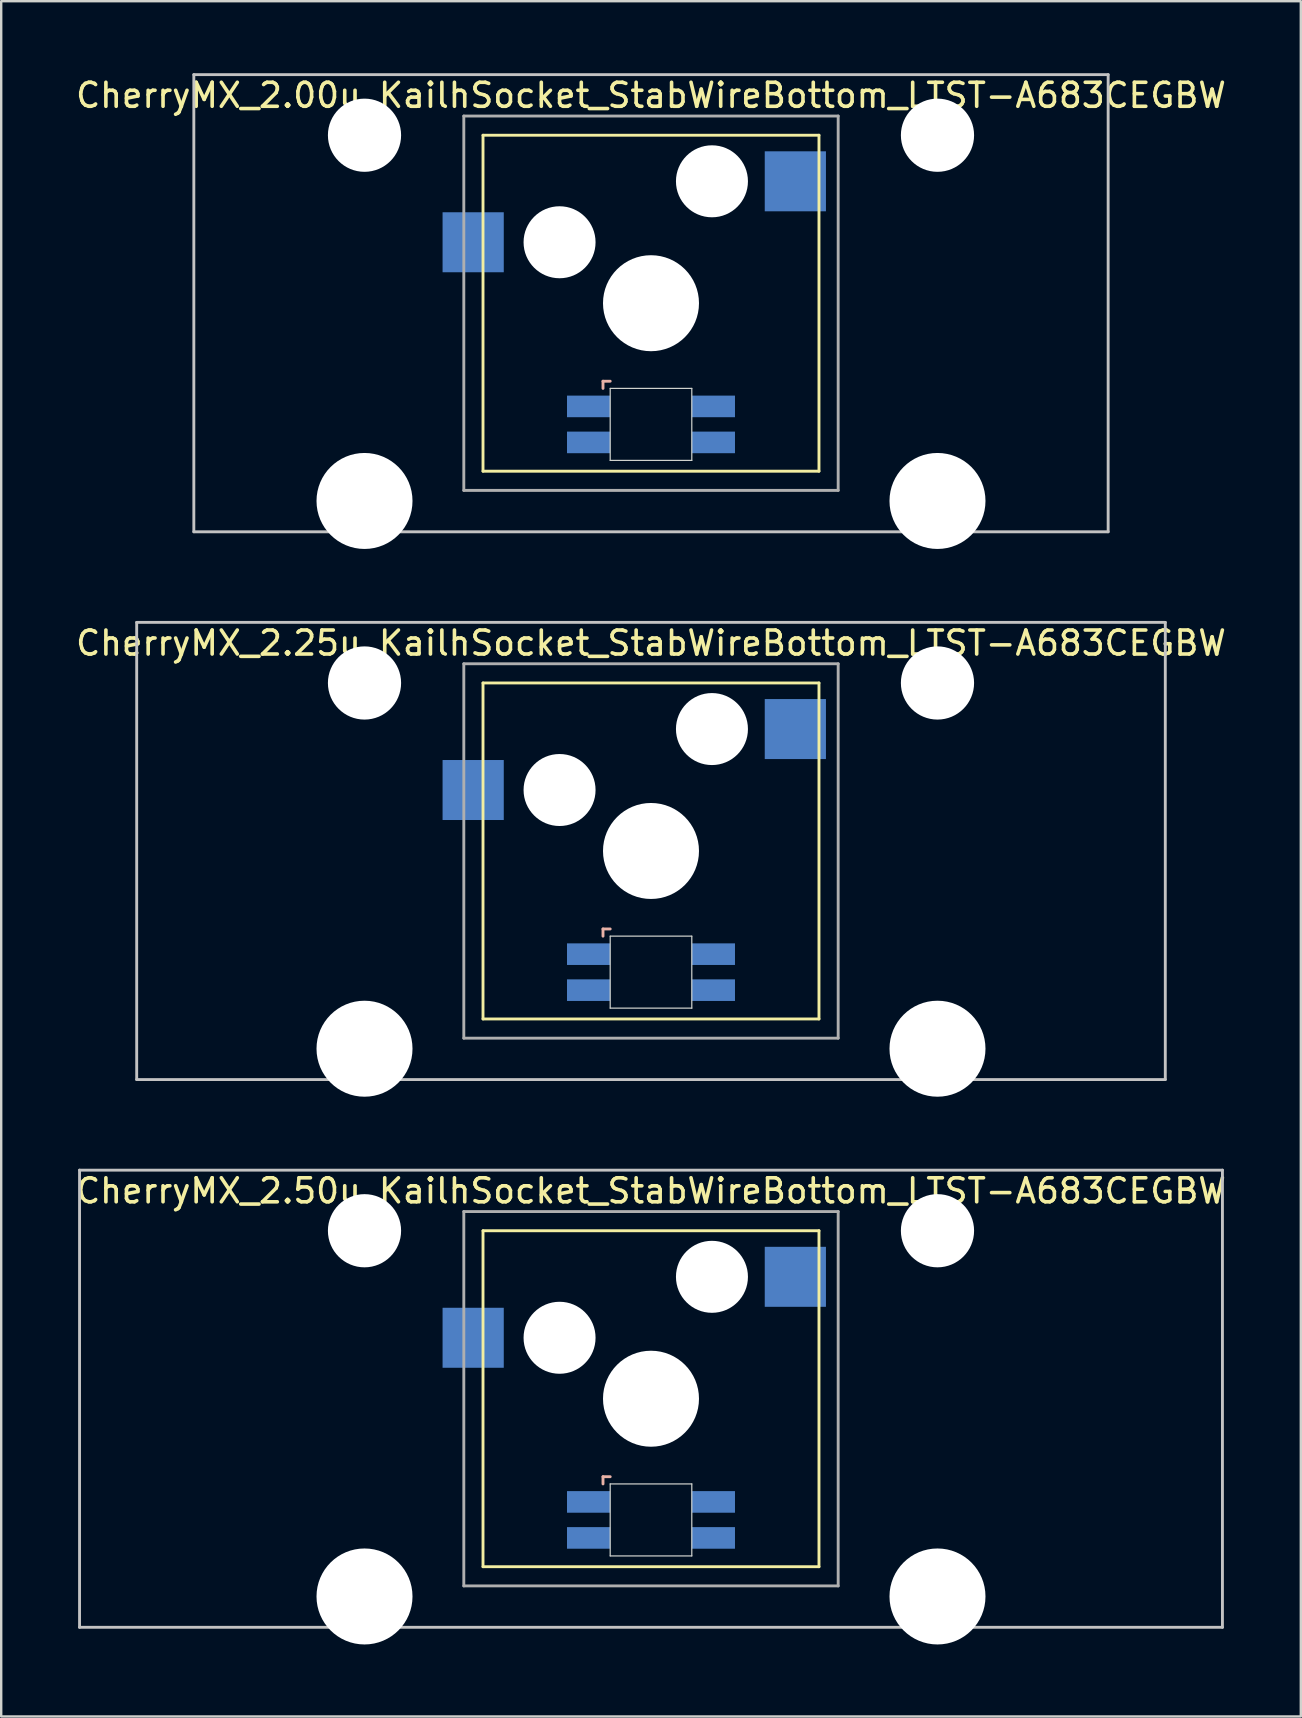
<source format=kicad_pcb>
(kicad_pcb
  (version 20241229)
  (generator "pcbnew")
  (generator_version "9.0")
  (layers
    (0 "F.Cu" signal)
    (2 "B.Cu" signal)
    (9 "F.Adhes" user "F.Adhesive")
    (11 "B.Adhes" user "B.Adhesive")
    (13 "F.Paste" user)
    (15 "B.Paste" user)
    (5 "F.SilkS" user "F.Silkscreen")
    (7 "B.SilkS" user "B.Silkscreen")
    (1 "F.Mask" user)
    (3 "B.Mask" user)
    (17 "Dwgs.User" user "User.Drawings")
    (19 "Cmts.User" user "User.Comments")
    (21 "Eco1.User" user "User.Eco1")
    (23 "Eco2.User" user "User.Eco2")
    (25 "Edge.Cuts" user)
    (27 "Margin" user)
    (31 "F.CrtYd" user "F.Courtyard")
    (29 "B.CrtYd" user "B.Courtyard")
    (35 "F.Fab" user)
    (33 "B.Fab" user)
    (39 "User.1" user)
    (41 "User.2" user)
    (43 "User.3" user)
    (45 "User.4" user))
  (footprint "CherryMX_2.50u_KailhSocket_StabWireBottom_LTST-A683CEGBW"
    (layer "F.Cu")
    (at 24.077 55.235)
    (property "Reference" "CherryMX_2.50u_KailhSocket_StabWireBottom_LTST-A683CEGBW" (at 0 -8.662 0) (layer "F.SilkS") (effects (font (size 1 1) (thickness 0.15))))
    (attr through_hole)
    (fp_line (start -7 -7) (end -7 7) (stroke (width 0.12) (type solid)) (layer "F.SilkS"))
    (fp_line (start -7 -7) (end 7 -7) (stroke (width 0.12) (type solid)) (layer "F.SilkS"))
    (fp_line (start 7 -7) (end 7 7) (stroke (width 0.12) (type solid)) (layer "F.SilkS"))
    (fp_line (start 7 7) (end -7 7) (stroke (width 0.12) (type solid)) (layer "F.SilkS"))
    (fp_line (start -2 3.25) (end -2 3.55) (stroke (width 0.12) (type solid)) (layer "B.SilkS"))
    (fp_line (start -1.7 3.25) (end -2 3.25) (stroke (width 0.12) (type solid)) (layer "B.SilkS"))
    (fp_line (start -23.812 -9.525) (end 23.812 -9.525) (stroke (width 0.12) (type solid)) (layer "Dwgs.User"))
    (fp_line (start -23.812 9.525) (end -23.812 -9.525) (stroke (width 0.12) (type solid)) (layer "Dwgs.User"))
    (fp_line (start 23.812 -9.525) (end 23.812 9.525) (stroke (width 0.12) (type solid)) (layer "Dwgs.User"))
    (fp_line (start 23.812 9.525) (end -23.812 9.525) (stroke (width 0.12) (type solid)) (layer "Dwgs.User"))
    (fp_line (start -1.7 3.55) (end 1.7 3.55) (stroke (width 0.05) (type solid)) (layer "Edge.Cuts"))
    (fp_line (start -1.7 6.55) (end -1.7 3.55) (stroke (width 0.05) (type solid)) (layer "Edge.Cuts"))
    (fp_line (start 1.7 3.55) (end 1.7 6.55) (stroke (width 0.05) (type solid)) (layer "Edge.Cuts"))
    (fp_line (start 1.7 6.55) (end -1.7 6.55) (stroke (width 0.05) (type solid)) (layer "Edge.Cuts"))
    (fp_line (start -7.8 -7.8) (end -7.8 7.8) (stroke (width 0.12) (type solid)) (layer "F.Fab"))
    (fp_line (start -7.8 -7.8) (end 7.8 -7.8) (stroke (width 0.12) (type solid)) (layer "F.Fab"))
    (fp_line (start -7.8 7.8) (end 7.8 7.8) (stroke (width 0.12) (type solid)) (layer "F.Fab"))
    (fp_line (start 7.8 -7.8) (end 7.8 7.8) (stroke (width 0.12) (type solid)) (layer "F.Fab"))
    (pad "" np_thru_hole circle (at -11.938 -7) (size 3.05 3.05) (drill 3.05) (layers "*.Cu" "*.Mask"))
    (pad "" np_thru_hole circle (at -11.938 8.24) (size 4 4) (drill 4) (layers "*.Cu" "*.Mask"))
    (pad "" np_thru_hole circle (at -3.81 -2.54) (size 3 3) (drill 3) (layers "*.Cu" "*.Mask"))
    (pad "" np_thru_hole circle (at 0 0) (size 4 4) (drill 4) (layers "*.Cu" "*.Mask"))
    (pad "" np_thru_hole circle (at 2.54 -5.08) (size 3 3) (drill 3) (layers "*.Cu" "*.Mask"))
    (pad "" np_thru_hole circle (at 11.938 -7) (size 3.05 3.05) (drill 3.05) (layers "*.Cu" "*.Mask"))
    (pad "" np_thru_hole circle (at 11.938 8.24) (size 4 4) (drill 4) (layers "*.Cu" "*.Mask"))
    (pad "1" smd rect (at -7.41 -2.54) (size 2.55 2.5) (layers "B.Cu" "B.Mask" "B.Paste"))
    (pad "2" smd rect (at 6.015 -5.08) (size 2.55 2.5) (layers "B.Cu" "B.Mask" "B.Paste"))
    (pad "3" smd rect (at -2.6 4.3) (size 1.8 0.9) (layers "B.Cu" "B.Mask" "B.Paste"))
    (pad "4" smd rect (at -2.6 5.8) (size 1.8 0.9) (layers "B.Cu" "B.Mask" "B.Paste"))
    (pad "5" smd rect (at 2.6 4.3) (size 1.8 0.9) (layers "B.Cu" "B.Mask" "B.Paste"))
    (pad "6" smd rect (at 2.6 5.8) (size 1.8 0.9) (layers "B.Cu" "B.Mask" "B.Paste")))
  (footprint "CherryMX_2.00u_KailhSocket_StabWireBottom_LTST-A683CEGBW"
    (layer "F.Cu")
    (at 24.077 9.585)
    (property "Reference" "CherryMX_2.00u_KailhSocket_StabWireBottom_LTST-A683CEGBW" (at 0 -8.662 0) (layer "F.SilkS") (effects (font (size 1 1) (thickness 0.15))))
    (attr through_hole)
    (fp_line (start -7 -7) (end -7 7) (stroke (width 0.12) (type solid)) (layer "F.SilkS"))
    (fp_line (start -7 -7) (end 7 -7) (stroke (width 0.12) (type solid)) (layer "F.SilkS"))
    (fp_line (start 7 -7) (end 7 7) (stroke (width 0.12) (type solid)) (layer "F.SilkS"))
    (fp_line (start 7 7) (end -7 7) (stroke (width 0.12) (type solid)) (layer "F.SilkS"))
    (fp_line (start -2 3.25) (end -2 3.55) (stroke (width 0.12) (type solid)) (layer "B.SilkS"))
    (fp_line (start -1.7 3.25) (end -2 3.25) (stroke (width 0.12) (type solid)) (layer "B.SilkS"))
    (fp_line (start -19.05 -9.525) (end 19.05 -9.525) (stroke (width 0.12) (type solid)) (layer "Dwgs.User"))
    (fp_line (start -19.05 9.525) (end -19.05 -9.525) (stroke (width 0.12) (type solid)) (layer "Dwgs.User"))
    (fp_line (start 19.05 -9.525) (end 19.05 9.525) (stroke (width 0.12) (type solid)) (layer "Dwgs.User"))
    (fp_line (start 19.05 9.525) (end -19.05 9.525) (stroke (width 0.12) (type solid)) (layer "Dwgs.User"))
    (fp_line (start -1.7 3.55) (end 1.7 3.55) (stroke (width 0.05) (type solid)) (layer "Edge.Cuts"))
    (fp_line (start -1.7 6.55) (end -1.7 3.55) (stroke (width 0.05) (type solid)) (layer "Edge.Cuts"))
    (fp_line (start 1.7 3.55) (end 1.7 6.55) (stroke (width 0.05) (type solid)) (layer "Edge.Cuts"))
    (fp_line (start 1.7 6.55) (end -1.7 6.55) (stroke (width 0.05) (type solid)) (layer "Edge.Cuts"))
    (fp_line (start -7.8 -7.8) (end -7.8 7.8) (stroke (width 0.12) (type solid)) (layer "F.Fab"))
    (fp_line (start -7.8 -7.8) (end 7.8 -7.8) (stroke (width 0.12) (type solid)) (layer "F.Fab"))
    (fp_line (start -7.8 7.8) (end 7.8 7.8) (stroke (width 0.12) (type solid)) (layer "F.Fab"))
    (fp_line (start 7.8 -7.8) (end 7.8 7.8) (stroke (width 0.12) (type solid)) (layer "F.Fab"))
    (pad "" np_thru_hole circle (at -11.938 -7) (size 3.05 3.05) (drill 3.05) (layers "*.Cu" "*.Mask"))
    (pad "" np_thru_hole circle (at -11.938 8.24) (size 4 4) (drill 4) (layers "*.Cu" "*.Mask"))
    (pad "" np_thru_hole circle (at -3.81 -2.54) (size 3 3) (drill 3) (layers "*.Cu" "*.Mask"))
    (pad "" np_thru_hole circle (at 0 0) (size 4 4) (drill 4) (layers "*.Cu" "*.Mask"))
    (pad "" np_thru_hole circle (at 2.54 -5.08) (size 3 3) (drill 3) (layers "*.Cu" "*.Mask"))
    (pad "" np_thru_hole circle (at 11.938 -7) (size 3.05 3.05) (drill 3.05) (layers "*.Cu" "*.Mask"))
    (pad "" np_thru_hole circle (at 11.938 8.24) (size 4 4) (drill 4) (layers "*.Cu" "*.Mask"))
    (pad "1" smd rect (at -7.41 -2.54) (size 2.55 2.5) (layers "B.Cu" "B.Mask" "B.Paste"))
    (pad "2" smd rect (at 6.015 -5.08) (size 2.55 2.5) (layers "B.Cu" "B.Mask" "B.Paste"))
    (pad "3" smd rect (at -2.6 4.3) (size 1.8 0.9) (layers "B.Cu" "B.Mask" "B.Paste"))
    (pad "4" smd rect (at -2.6 5.8) (size 1.8 0.9) (layers "B.Cu" "B.Mask" "B.Paste"))
    (pad "5" smd rect (at 2.6 4.3) (size 1.8 0.9) (layers "B.Cu" "B.Mask" "B.Paste"))
    (pad "6" smd rect (at 2.6 5.8) (size 1.8 0.9) (layers "B.Cu" "B.Mask" "B.Paste")))
  (footprint "CherryMX_2.25u_KailhSocket_StabWireBottom_LTST-A683CEGBW"
    (layer "F.Cu")
    (at 24.077 32.41)
    (property "Reference" "CherryMX_2.25u_KailhSocket_StabWireBottom_LTST-A683CEGBW" (at 0 -8.662 0) (layer "F.SilkS") (effects (font (size 1 1) (thickness 0.15))))
    (attr through_hole)
    (fp_line (start -7 -7) (end -7 7) (stroke (width 0.12) (type solid)) (layer "F.SilkS"))
    (fp_line (start -7 -7) (end 7 -7) (stroke (width 0.12) (type solid)) (layer "F.SilkS"))
    (fp_line (start 7 -7) (end 7 7) (stroke (width 0.12) (type solid)) (layer "F.SilkS"))
    (fp_line (start 7 7) (end -7 7) (stroke (width 0.12) (type solid)) (layer "F.SilkS"))
    (fp_line (start -2 3.25) (end -2 3.55) (stroke (width 0.12) (type solid)) (layer "B.SilkS"))
    (fp_line (start -1.7 3.25) (end -2 3.25) (stroke (width 0.12) (type solid)) (layer "B.SilkS"))
    (fp_line (start -21.431 -9.525) (end 21.431 -9.525) (stroke (width 0.12) (type solid)) (layer "Dwgs.User"))
    (fp_line (start -21.431 9.525) (end -21.431 -9.525) (stroke (width 0.12) (type solid)) (layer "Dwgs.User"))
    (fp_line (start 21.431 -9.525) (end 21.431 9.525) (stroke (width 0.12) (type solid)) (layer "Dwgs.User"))
    (fp_line (start 21.431 9.525) (end -21.431 9.525) (stroke (width 0.12) (type solid)) (layer "Dwgs.User"))
    (fp_line (start -1.7 3.55) (end 1.7 3.55) (stroke (width 0.05) (type solid)) (layer "Edge.Cuts"))
    (fp_line (start -1.7 6.55) (end -1.7 3.55) (stroke (width 0.05) (type solid)) (layer "Edge.Cuts"))
    (fp_line (start 1.7 3.55) (end 1.7 6.55) (stroke (width 0.05) (type solid)) (layer "Edge.Cuts"))
    (fp_line (start 1.7 6.55) (end -1.7 6.55) (stroke (width 0.05) (type solid)) (layer "Edge.Cuts"))
    (fp_line (start -7.8 -7.8) (end -7.8 7.8) (stroke (width 0.12) (type solid)) (layer "F.Fab"))
    (fp_line (start -7.8 -7.8) (end 7.8 -7.8) (stroke (width 0.12) (type solid)) (layer "F.Fab"))
    (fp_line (start -7.8 7.8) (end 7.8 7.8) (stroke (width 0.12) (type solid)) (layer "F.Fab"))
    (fp_line (start 7.8 -7.8) (end 7.8 7.8) (stroke (width 0.12) (type solid)) (layer "F.Fab"))
    (pad "" np_thru_hole circle (at -11.938 -7) (size 3.05 3.05) (drill 3.05) (layers "*.Cu" "*.Mask"))
    (pad "" np_thru_hole circle (at -11.938 8.24) (size 4 4) (drill 4) (layers "*.Cu" "*.Mask"))
    (pad "" np_thru_hole circle (at -3.81 -2.54) (size 3 3) (drill 3) (layers "*.Cu" "*.Mask"))
    (pad "" np_thru_hole circle (at 0 0) (size 4 4) (drill 4) (layers "*.Cu" "*.Mask"))
    (pad "" np_thru_hole circle (at 2.54 -5.08) (size 3 3) (drill 3) (layers "*.Cu" "*.Mask"))
    (pad "" np_thru_hole circle (at 11.938 -7) (size 3.05 3.05) (drill 3.05) (layers "*.Cu" "*.Mask"))
    (pad "" np_thru_hole circle (at 11.938 8.24) (size 4 4) (drill 4) (layers "*.Cu" "*.Mask"))
    (pad "1" smd rect (at -7.41 -2.54) (size 2.55 2.5) (layers "B.Cu" "B.Mask" "B.Paste"))
    (pad "2" smd rect (at 6.015 -5.08) (size 2.55 2.5) (layers "B.Cu" "B.Mask" "B.Paste"))
    (pad "3" smd rect (at -2.6 4.3) (size 1.8 0.9) (layers "B.Cu" "B.Mask" "B.Paste"))
    (pad "4" smd rect (at -2.6 5.8) (size 1.8 0.9) (layers "B.Cu" "B.Mask" "B.Paste"))
    (pad "5" smd rect (at 2.6 4.3) (size 1.8 0.9) (layers "B.Cu" "B.Mask" "B.Paste"))
    (pad "6" smd rect (at 2.6 5.8) (size 1.8 0.9) (layers "B.Cu" "B.Mask" "B.Paste")))
  (gr_rect
    (start -3 -3)
    (end 51.155 68.475)
    (stroke (width 0.1) (type default))
    (fill no)
    (layer "Edge.Cuts")))
</source>
